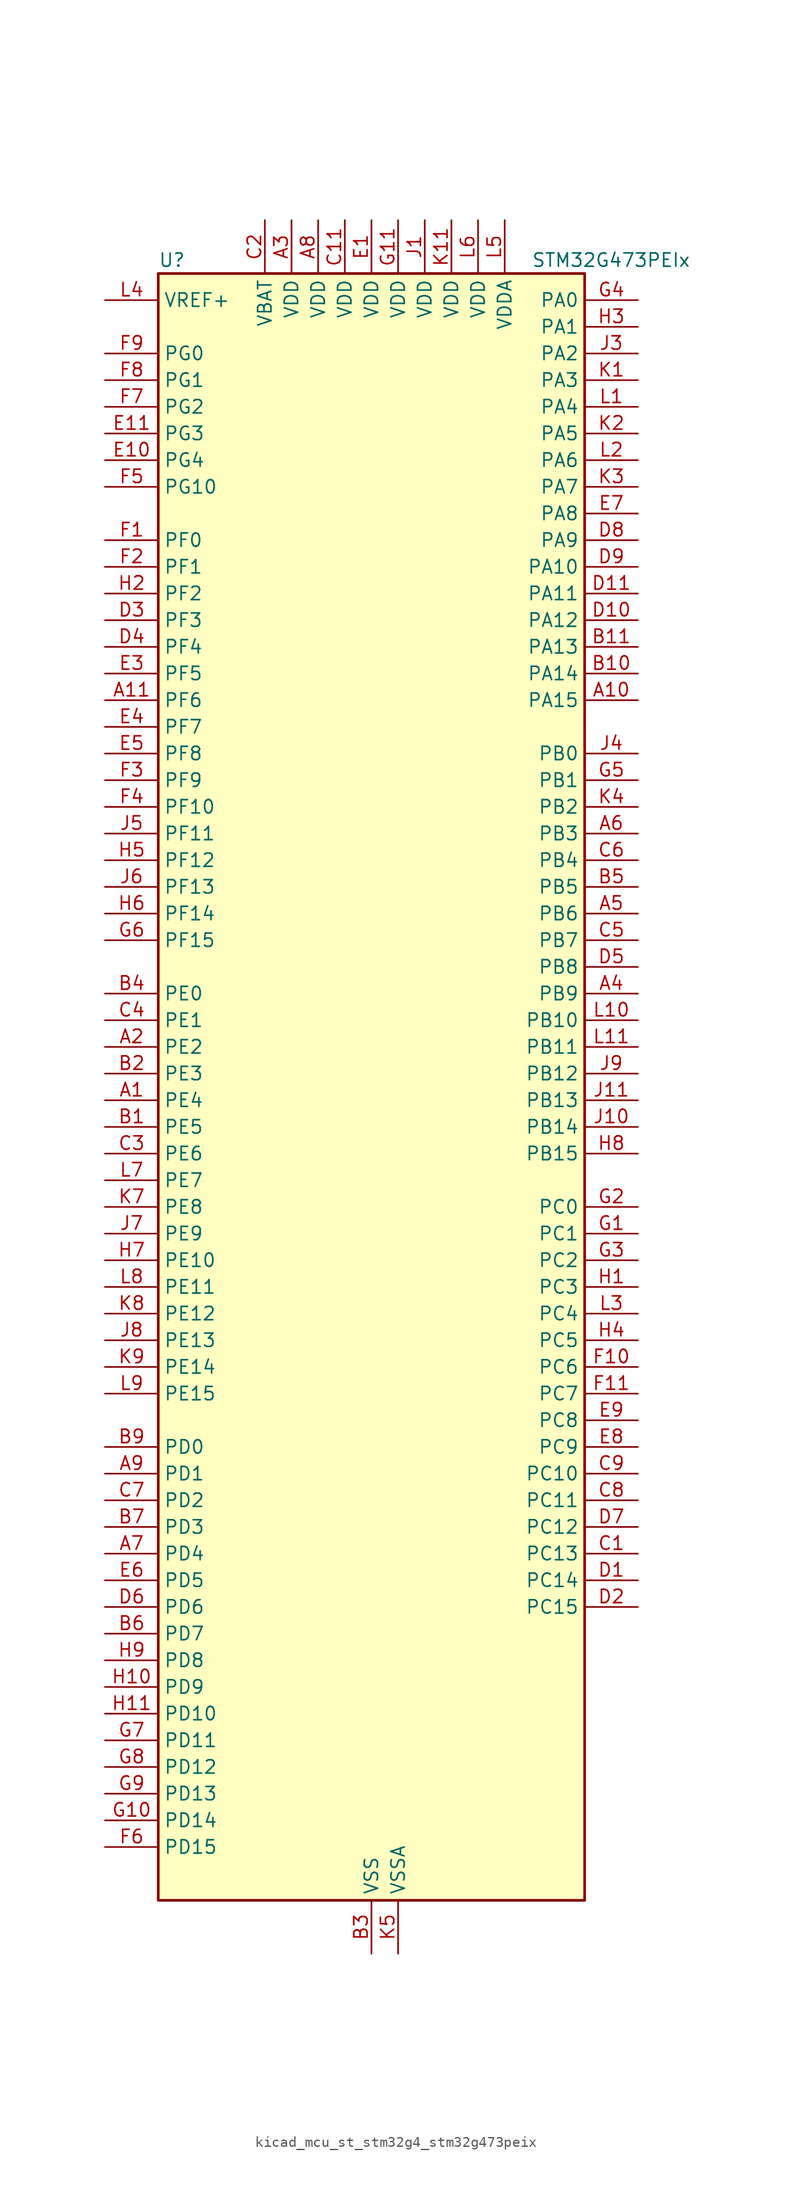
<source format=kicad_sym>
(kicad_symbol_lib
  (version 20220914)
  (generator kicad_symbol_editor)
  (symbol "kicad_mcu_st_stm32g4_stm32g473peix"
    (property "Reference" "U"
      (at -20.32 80.01 0)
      (effects (font (size 1.27 1.27)) (justify left)))
    (property "Value" "STM32G473PEIx"
      (at 15.24 80.01 0)
      (effects (font (size 1.27 1.27)) (justify left)))
    (property "ki_locked" ""
      (at 0 0 0)
      (effects (font (size 1.27 1.27))))
    (symbol "kicad_mcu_st_stm32g4_stm32g473peix_0_1"
      (rectangle (start -20.32 -76.2) (end 20.32 78.74) (stroke (width 0.254) (type default)) (fill (type background))))
    (symbol "kicad_mcu_st_stm32g4_stm32g473peix_1_1"
      (pin bidirectional line (at -25.4 0 0) (length 5.08) (name "PE4" (effects (font (size 1.27 1.27)))) (number "A1" (effects (font (size 1.27 1.27)))) (alternate "FMC_A20" bidirectional line) (alternate "SAI1_D2" bidirectional line) (alternate "SAI1_FS_A" bidirectional line) (alternate "SPI4_NSS" bidirectional line) (alternate "SYS_TRACED1" bidirectional line) (alternate "TIM20_CH1N" bidirectional line) (alternate "TIM3_CH3" bidirectional line))
      (pin bidirectional line (at 25.4 38.1 180) (length 5.08) (name "PA15" (effects (font (size 1.27 1.27)))) (number "A10" (effects (font (size 1.27 1.27)))) (alternate "ADC1_EXTI15" bidirectional line) (alternate "ADC2_EXTI15" bidirectional line) (alternate "FDCAN3_TX" bidirectional line) (alternate "I2C1_SCL" bidirectional line) (alternate "I2S3_WS" bidirectional line) (alternate "SPI1_NSS" bidirectional line) (alternate "SPI3_NSS" bidirectional line) (alternate "SYS_JTDI" bidirectional line) (alternate "TIM1_BKIN" bidirectional line) (alternate "TIM2_CH1" bidirectional line) (alternate "TIM2_ETR" bidirectional line) (alternate "TIM8_CH1" bidirectional line) (alternate "UART4_DE" bidirectional line) (alternate "UART4_RTS" bidirectional line) (alternate "USART2_RX" bidirectional line))
      (pin bidirectional line (at -25.4 38.1 0) (length 5.08) (name "PF6" (effects (font (size 1.27 1.27)))) (number "A11" (effects (font (size 1.27 1.27)))) (alternate "I2C2_SCL" bidirectional line) (alternate "QUADSPI1_BK1_IO3" bidirectional line) (alternate "SAI1_SD_B" bidirectional line) (alternate "TIM4_CH4" bidirectional line) (alternate "TIM5_CH1" bidirectional line) (alternate "TIM5_ETR" bidirectional line) (alternate "USART3_RTS" bidirectional line))
      (pin bidirectional line (at -25.4 5.08 0) (length 5.08) (name "PE2" (effects (font (size 1.27 1.27)))) (number "A2" (effects (font (size 1.27 1.27)))) (alternate "ADC3_EXTI2" bidirectional line) (alternate "ADC4_EXTI2" bidirectional line) (alternate "ADC5_EXTI2" bidirectional line) (alternate "FMC_A23" bidirectional line) (alternate "SAI1_CK1" bidirectional line) (alternate "SAI1_MCLK_A" bidirectional line) (alternate "SPI4_SCK" bidirectional line) (alternate "SYS_TRACECLK" bidirectional line) (alternate "TIM20_CH1" bidirectional line) (alternate "TIM3_CH1" bidirectional line))
      (pin power_in line (at -7.62 83.82 270) (length 5.08) (name "VDD" (effects (font (size 1.27 1.27)))) (number "A3" (effects (font (size 1.27 1.27)))))
      (pin bidirectional line (at 25.4 10.16 180) (length 5.08) (name "PB9" (effects (font (size 1.27 1.27)))) (number "A4" (effects (font (size 1.27 1.27)))) (alternate "COMP2_OUT" bidirectional line) (alternate "DAC1_EXTI9" bidirectional line) (alternate "DAC2_EXTI9" bidirectional line) (alternate "DAC3_EXTI9" bidirectional line) (alternate "DAC4_EXTI9" bidirectional line) (alternate "FDCAN1_TX" bidirectional line) (alternate "I2C1_SDA" bidirectional line) (alternate "IR_OUT" bidirectional line) (alternate "SAI1_D2" bidirectional line) (alternate "SAI1_FS_A" bidirectional line) (alternate "TIM17_CH1" bidirectional line) (alternate "TIM1_CH3N" bidirectional line) (alternate "TIM4_CH4" bidirectional line) (alternate "TIM8_CH3" bidirectional line) (alternate "USART3_TX" bidirectional line))
      (pin bidirectional line (at 25.4 17.78 180) (length 5.08) (name "PB6" (effects (font (size 1.27 1.27)))) (number "A5" (effects (font (size 1.27 1.27)))) (alternate "COMP4_OUT" bidirectional line) (alternate "FDCAN2_TX" bidirectional line) (alternate "LPTIM1_ETR" bidirectional line) (alternate "SAI1_FS_B" bidirectional line) (alternate "TIM16_CH1N" bidirectional line) (alternate "TIM4_CH1" bidirectional line) (alternate "TIM8_BKIN2" bidirectional line) (alternate "TIM8_CH1" bidirectional line) (alternate "TIM8_ETR" bidirectional line) (alternate "UCPD1_CC1" bidirectional line) (alternate "USART1_TX" bidirectional line))
      (pin bidirectional line (at 25.4 25.4 180) (length 5.08) (name "PB3" (effects (font (size 1.27 1.27)))) (number "A6" (effects (font (size 1.27 1.27)))) (alternate "ADC3_EXTI3" bidirectional line) (alternate "ADC4_EXTI3" bidirectional line) (alternate "ADC5_EXTI3" bidirectional line) (alternate "CRS_SYNC" bidirectional line) (alternate "FDCAN3_RX" bidirectional line) (alternate "I2S3_CK" bidirectional line) (alternate "SAI1_SCK_B" bidirectional line) (alternate "SPI1_SCK" bidirectional line) (alternate "SPI3_SCK" bidirectional line) (alternate "SYS_JTDO-SWO" bidirectional line) (alternate "TIM2_CH2" bidirectional line) (alternate "TIM3_ETR" bidirectional line) (alternate "TIM4_ETR" bidirectional line) (alternate "TIM8_CH1N" bidirectional line) (alternate "USART2_TX" bidirectional line))
      (pin bidirectional line (at -25.4 -43.18 0) (length 5.08) (name "PD4" (effects (font (size 1.27 1.27)))) (number "A7" (effects (font (size 1.27 1.27)))) (alternate "FMC_NOE" bidirectional line) (alternate "QUADSPI1_BK2_IO0" bidirectional line) (alternate "TIM2_CH2" bidirectional line) (alternate "USART2_DE" bidirectional line) (alternate "USART2_RTS" bidirectional line))
      (pin power_in line (at -5.08 83.82 270) (length 5.08) (name "VDD" (effects (font (size 1.27 1.27)))) (number "A8" (effects (font (size 1.27 1.27)))))
      (pin bidirectional line (at -25.4 -35.56 0) (length 5.08) (name "PD1" (effects (font (size 1.27 1.27)))) (number "A9" (effects (font (size 1.27 1.27)))) (alternate "FDCAN1_TX" bidirectional line) (alternate "FMC_D3" bidirectional line) (alternate "FMC_DA3" bidirectional line) (alternate "TIM8_BKIN2" bidirectional line) (alternate "TIM8_CH4" bidirectional line))
      (pin bidirectional line (at -25.4 -2.54 0) (length 5.08) (name "PE5" (effects (font (size 1.27 1.27)))) (number "B1" (effects (font (size 1.27 1.27)))) (alternate "FMC_A21" bidirectional line) (alternate "SAI1_CK2" bidirectional line) (alternate "SAI1_SCK_A" bidirectional line) (alternate "SPI4_MISO" bidirectional line) (alternate "SYS_TRACED2" bidirectional line) (alternate "TIM20_CH2N" bidirectional line) (alternate "TIM3_CH4" bidirectional line))
      (pin bidirectional line (at 25.4 40.64 180) (length 5.08) (name "PA14" (effects (font (size 1.27 1.27)))) (number "B10" (effects (font (size 1.27 1.27)))) (alternate "I2C1_SDA" bidirectional line) (alternate "I2C4_SMBA" bidirectional line) (alternate "LPTIM1_OUT" bidirectional line) (alternate "SAI1_FS_B" bidirectional line) (alternate "SYS_JTCK-SWCLK" bidirectional line) (alternate "TIM1_BKIN" bidirectional line) (alternate "TIM8_CH2" bidirectional line) (alternate "USART2_TX" bidirectional line))
      (pin bidirectional line (at 25.4 43.18 180) (length 5.08) (name "PA13" (effects (font (size 1.27 1.27)))) (number "B11" (effects (font (size 1.27 1.27)))) (alternate "I2C1_SCL" bidirectional line) (alternate "I2C4_SCL" bidirectional line) (alternate "IR_OUT" bidirectional line) (alternate "SAI1_SD_B" bidirectional line) (alternate "SYS_JTMS-SWDIO" bidirectional line) (alternate "TIM16_CH1N" bidirectional line) (alternate "TIM4_CH3" bidirectional line) (alternate "USART3_CTS" bidirectional line) (alternate "USART3_NSS" bidirectional line))
      (pin bidirectional line (at -25.4 2.54 0) (length 5.08) (name "PE3" (effects (font (size 1.27 1.27)))) (number "B2" (effects (font (size 1.27 1.27)))) (alternate "ADC3_EXTI3" bidirectional line) (alternate "ADC4_EXTI3" bidirectional line) (alternate "ADC5_EXTI3" bidirectional line) (alternate "FMC_A19" bidirectional line) (alternate "SAI1_SD_B" bidirectional line) (alternate "SPI4_NSS" bidirectional line) (alternate "SYS_TRACED0" bidirectional line) (alternate "TIM20_CH2" bidirectional line) (alternate "TIM3_CH2" bidirectional line))
      (pin power_in line (at 0 -81.28 90) (length 5.08) (name "VSS" (effects (font (size 1.27 1.27)))) (number "B3" (effects (font (size 1.27 1.27)))))
      (pin bidirectional line (at -25.4 10.16 0) (length 5.08) (name "PE0" (effects (font (size 1.27 1.27)))) (number "B4" (effects (font (size 1.27 1.27)))) (alternate "FMC_NBL0" bidirectional line) (alternate "TIM16_CH1" bidirectional line) (alternate "TIM20_CH4N" bidirectional line) (alternate "TIM20_ETR" bidirectional line) (alternate "TIM4_ETR" bidirectional line) (alternate "USART1_TX" bidirectional line))
      (pin bidirectional line (at 25.4 20.32 180) (length 5.08) (name "PB5" (effects (font (size 1.27 1.27)))) (number "B5" (effects (font (size 1.27 1.27)))) (alternate "FDCAN2_RX" bidirectional line) (alternate "I2C1_SMBA" bidirectional line) (alternate "I2C3_SDA" bidirectional line) (alternate "I2S3_SD" bidirectional line) (alternate "LPTIM1_IN1" bidirectional line) (alternate "SAI1_SD_B" bidirectional line) (alternate "SPI1_MOSI" bidirectional line) (alternate "SPI3_MOSI" bidirectional line) (alternate "TIM16_BKIN" bidirectional line) (alternate "TIM17_CH1" bidirectional line) (alternate "TIM3_CH2" bidirectional line) (alternate "TIM8_CH3N" bidirectional line) (alternate "UART5_CTS" bidirectional line) (alternate "USART2_CK" bidirectional line))
      (pin bidirectional line (at -25.4 -50.8 0) (length 5.08) (name "PD7" (effects (font (size 1.27 1.27)))) (number "B6" (effects (font (size 1.27 1.27)))) (alternate "FMC_NCE" bidirectional line) (alternate "FMC_NE1" bidirectional line) (alternate "QUADSPI1_BK2_IO3" bidirectional line) (alternate "TIM2_CH3" bidirectional line) (alternate "USART2_CK" bidirectional line))
      (pin bidirectional line (at -25.4 -40.64 0) (length 5.08) (name "PD3" (effects (font (size 1.27 1.27)))) (number "B7" (effects (font (size 1.27 1.27)))) (alternate "ADC3_EXTI3" bidirectional line) (alternate "ADC4_EXTI3" bidirectional line) (alternate "ADC5_EXTI3" bidirectional line) (alternate "FMC_CLK" bidirectional line) (alternate "QUADSPI1_BK2_NCS" bidirectional line) (alternate "TIM2_CH1" bidirectional line) (alternate "TIM2_ETR" bidirectional line) (alternate "USART2_CTS" bidirectional line) (alternate "USART2_NSS" bidirectional line))
      (pin passive line (at 0 -81.28 90) (length 5.08) hide (name "VSS" (effects (font (size 1.27 1.27)))) (number "B8" (effects (font (size 1.27 1.27)))))
      (pin bidirectional line (at -25.4 -33.02 0) (length 5.08) (name "PD0" (effects (font (size 1.27 1.27)))) (number "B9" (effects (font (size 1.27 1.27)))) (alternate "FDCAN1_RX" bidirectional line) (alternate "FMC_D2" bidirectional line) (alternate "FMC_DA2" bidirectional line) (alternate "TIM8_CH4N" bidirectional line))
      (pin bidirectional line (at 25.4 -43.18 180) (length 5.08) (name "PC13" (effects (font (size 1.27 1.27)))) (number "C1" (effects (font (size 1.27 1.27)))) (alternate "RTC_OUT1" bidirectional line) (alternate "RTC_TAMP1" bidirectional line) (alternate "RTC_TS" bidirectional line) (alternate "SYS_WKUP2" bidirectional line) (alternate "TIM1_BKIN" bidirectional line) (alternate "TIM1_CH1N" bidirectional line) (alternate "TIM8_CH4N" bidirectional line))
      (pin passive line (at 0 -81.28 90) (length 5.08) hide (name "VSS" (effects (font (size 1.27 1.27)))) (number "C10" (effects (font (size 1.27 1.27)))))
      (pin power_in line (at -2.54 83.82 270) (length 5.08) (name "VDD" (effects (font (size 1.27 1.27)))) (number "C11" (effects (font (size 1.27 1.27)))))
      (pin power_in line (at -10.16 83.82 270) (length 5.08) (name "VBAT" (effects (font (size 1.27 1.27)))) (number "C2" (effects (font (size 1.27 1.27)))))
      (pin bidirectional line (at -25.4 -5.08 0) (length 5.08) (name "PE6" (effects (font (size 1.27 1.27)))) (number "C3" (effects (font (size 1.27 1.27)))) (alternate "FMC_A22" bidirectional line) (alternate "RTC_TAMP3" bidirectional line) (alternate "SAI1_D1" bidirectional line) (alternate "SAI1_SD_A" bidirectional line) (alternate "SPI4_MOSI" bidirectional line) (alternate "SYS_TRACED3" bidirectional line) (alternate "SYS_WKUP3" bidirectional line) (alternate "TIM20_CH3N" bidirectional line))
      (pin bidirectional line (at -25.4 7.62 0) (length 5.08) (name "PE1" (effects (font (size 1.27 1.27)))) (number "C4" (effects (font (size 1.27 1.27)))) (alternate "FMC_NBL1" bidirectional line) (alternate "TIM17_CH1" bidirectional line) (alternate "TIM20_CH4" bidirectional line) (alternate "USART1_RX" bidirectional line))
      (pin bidirectional line (at 25.4 15.24 180) (length 5.08) (name "PB7" (effects (font (size 1.27 1.27)))) (number "C5" (effects (font (size 1.27 1.27)))) (alternate "COMP3_OUT" bidirectional line) (alternate "FMC_NL" bidirectional line) (alternate "I2C1_SDA" bidirectional line) (alternate "I2C4_SDA" bidirectional line) (alternate "LPTIM1_IN2" bidirectional line) (alternate "SYS_PVD_IN" bidirectional line) (alternate "TIM17_CH1N" bidirectional line) (alternate "TIM3_CH4" bidirectional line) (alternate "TIM4_CH2" bidirectional line) (alternate "TIM8_BKIN" bidirectional line) (alternate "UART4_CTS" bidirectional line) (alternate "USART1_RX" bidirectional line))
      (pin bidirectional line (at 25.4 22.86 180) (length 5.08) (name "PB4" (effects (font (size 1.27 1.27)))) (number "C6" (effects (font (size 1.27 1.27)))) (alternate "FDCAN3_TX" bidirectional line) (alternate "SAI1_MCLK_B" bidirectional line) (alternate "SPI1_MISO" bidirectional line) (alternate "SPI3_MISO" bidirectional line) (alternate "SYS_JTRST" bidirectional line) (alternate "TIM16_CH1" bidirectional line) (alternate "TIM17_BKIN" bidirectional line) (alternate "TIM3_CH1" bidirectional line) (alternate "TIM8_CH2N" bidirectional line) (alternate "UART5_DE" bidirectional line) (alternate "UART5_RTS" bidirectional line) (alternate "UCPD1_CC2" bidirectional line) (alternate "USART2_RX" bidirectional line))
      (pin bidirectional line (at -25.4 -38.1 0) (length 5.08) (name "PD2" (effects (font (size 1.27 1.27)))) (number "C7" (effects (font (size 1.27 1.27)))) (alternate "ADC3_EXTI2" bidirectional line) (alternate "ADC4_EXTI2" bidirectional line) (alternate "ADC5_EXTI2" bidirectional line) (alternate "TIM3_ETR" bidirectional line) (alternate "TIM8_BKIN" bidirectional line) (alternate "UART5_RX" bidirectional line))
      (pin bidirectional line (at 25.4 -38.1 180) (length 5.08) (name "PC11" (effects (font (size 1.27 1.27)))) (number "C8" (effects (font (size 1.27 1.27)))) (alternate "ADC1_EXTI11" bidirectional line) (alternate "ADC2_EXTI11" bidirectional line) (alternate "I2C3_SDA" bidirectional line) (alternate "SPI3_MISO" bidirectional line) (alternate "TIM8_CH2N" bidirectional line) (alternate "UART4_RX" bidirectional line) (alternate "USART3_RX" bidirectional line))
      (pin bidirectional line (at 25.4 -35.56 180) (length 5.08) (name "PC10" (effects (font (size 1.27 1.27)))) (number "C9" (effects (font (size 1.27 1.27)))) (alternate "DAC1_EXTI10" bidirectional line) (alternate "DAC2_EXTI10" bidirectional line) (alternate "DAC3_EXTI10" bidirectional line) (alternate "DAC4_EXTI10" bidirectional line) (alternate "I2S3_CK" bidirectional line) (alternate "SPI3_SCK" bidirectional line) (alternate "TIM8_CH1N" bidirectional line) (alternate "UART4_TX" bidirectional line) (alternate "USART3_TX" bidirectional line))
      (pin bidirectional line (at 25.4 -45.72 180) (length 5.08) (name "PC14" (effects (font (size 1.27 1.27)))) (number "D1" (effects (font (size 1.27 1.27)))) (alternate "RCC_OSC32_IN" bidirectional line))
      (pin bidirectional line (at 25.4 45.72 180) (length 5.08) (name "PA12" (effects (font (size 1.27 1.27)))) (number "D10" (effects (font (size 1.27 1.27)))) (alternate "COMP2_OUT" bidirectional line) (alternate "FDCAN1_TX" bidirectional line) (alternate "I2S_CKIN" bidirectional line) (alternate "TIM16_CH1" bidirectional line) (alternate "TIM1_CH2N" bidirectional line) (alternate "TIM1_ETR" bidirectional line) (alternate "TIM4_CH2" bidirectional line) (alternate "USART1_DE" bidirectional line) (alternate "USART1_RTS" bidirectional line) (alternate "USB_DP" bidirectional line))
      (pin bidirectional line (at 25.4 48.26 180) (length 5.08) (name "PA11" (effects (font (size 1.27 1.27)))) (number "D11" (effects (font (size 1.27 1.27)))) (alternate "ADC1_EXTI11" bidirectional line) (alternate "ADC2_EXTI11" bidirectional line) (alternate "COMP1_OUT" bidirectional line) (alternate "FDCAN1_RX" bidirectional line) (alternate "I2S2_SD" bidirectional line) (alternate "SPI2_MOSI" bidirectional line) (alternate "TIM1_BKIN2" bidirectional line) (alternate "TIM1_CH1N" bidirectional line) (alternate "TIM1_CH4" bidirectional line) (alternate "TIM4_CH1" bidirectional line) (alternate "USART1_CTS" bidirectional line) (alternate "USART1_NSS" bidirectional line) (alternate "USB_DM" bidirectional line))
      (pin bidirectional line (at 25.4 -48.26 180) (length 5.08) (name "PC15" (effects (font (size 1.27 1.27)))) (number "D2" (effects (font (size 1.27 1.27)))) (alternate "ADC1_EXTI15" bidirectional line) (alternate "ADC2_EXTI15" bidirectional line) (alternate "RCC_OSC32_OUT" bidirectional line))
      (pin bidirectional line (at -25.4 45.72 0) (length 5.08) (name "PF3" (effects (font (size 1.27 1.27)))) (number "D3" (effects (font (size 1.27 1.27)))) (alternate "ADC3_EXTI3" bidirectional line) (alternate "ADC4_EXTI3" bidirectional line) (alternate "ADC5_EXTI3" bidirectional line) (alternate "FMC_A3" bidirectional line) (alternate "I2C3_SCL" bidirectional line) (alternate "TIM20_CH4" bidirectional line))
      (pin bidirectional line (at -25.4 43.18 0) (length 5.08) (name "PF4" (effects (font (size 1.27 1.27)))) (number "D4" (effects (font (size 1.27 1.27)))) (alternate "COMP1_OUT" bidirectional line) (alternate "FMC_A4" bidirectional line) (alternate "I2C3_SDA" bidirectional line) (alternate "TIM20_CH1N" bidirectional line))
      (pin bidirectional line (at 25.4 12.7 180) (length 5.08) (name "PB8" (effects (font (size 1.27 1.27)))) (number "D5" (effects (font (size 1.27 1.27)))) (alternate "COMP1_OUT" bidirectional line) (alternate "FDCAN1_RX" bidirectional line) (alternate "I2C1_SCL" bidirectional line) (alternate "SAI1_CK1" bidirectional line) (alternate "SAI1_MCLK_A" bidirectional line) (alternate "TIM16_CH1" bidirectional line) (alternate "TIM1_BKIN" bidirectional line) (alternate "TIM4_CH3" bidirectional line) (alternate "TIM8_CH2" bidirectional line) (alternate "USART3_RX" bidirectional line))
      (pin bidirectional line (at -25.4 -48.26 0) (length 5.08) (name "PD6" (effects (font (size 1.27 1.27)))) (number "D6" (effects (font (size 1.27 1.27)))) (alternate "FMC_NWAIT" bidirectional line) (alternate "QUADSPI1_BK2_IO2" bidirectional line) (alternate "SAI1_D1" bidirectional line) (alternate "SAI1_SD_A" bidirectional line) (alternate "TIM2_CH4" bidirectional line) (alternate "USART2_RX" bidirectional line))
      (pin bidirectional line (at 25.4 -40.64 180) (length 5.08) (name "PC12" (effects (font (size 1.27 1.27)))) (number "D7" (effects (font (size 1.27 1.27)))) (alternate "I2S3_SD" bidirectional line) (alternate "SPI3_MOSI" bidirectional line) (alternate "TIM5_CH2" bidirectional line) (alternate "TIM8_CH3N" bidirectional line) (alternate "UART5_TX" bidirectional line) (alternate "UCPD1_FRSTX1" bidirectional line) (alternate "UCPD1_FRSTX2" bidirectional line) (alternate "USART3_CK" bidirectional line))
      (pin bidirectional line (at 25.4 53.34 180) (length 5.08) (name "PA9" (effects (font (size 1.27 1.27)))) (number "D8" (effects (font (size 1.27 1.27)))) (alternate "ADC5_IN2" bidirectional line) (alternate "COMP5_OUT" bidirectional line) (alternate "DAC1_EXTI9" bidirectional line) (alternate "DAC2_EXTI9" bidirectional line) (alternate "DAC3_EXTI9" bidirectional line) (alternate "DAC4_EXTI9" bidirectional line) (alternate "I2C2_SCL" bidirectional line) (alternate "I2C3_SMBA" bidirectional line) (alternate "I2S3_MCK" bidirectional line) (alternate "SAI1_FS_A" bidirectional line) (alternate "TIM15_BKIN" bidirectional line) (alternate "TIM1_CH2" bidirectional line) (alternate "TIM2_CH3" bidirectional line) (alternate "UCPD1_DBCC1" bidirectional line) (alternate "USART1_TX" bidirectional line))
      (pin bidirectional line (at 25.4 50.8 180) (length 5.08) (name "PA10" (effects (font (size 1.27 1.27)))) (number "D9" (effects (font (size 1.27 1.27)))) (alternate "COMP6_OUT" bidirectional line) (alternate "CRS_SYNC" bidirectional line) (alternate "DAC1_EXTI10" bidirectional line) (alternate "DAC2_EXTI10" bidirectional line) (alternate "DAC3_EXTI10" bidirectional line) (alternate "DAC4_EXTI10" bidirectional line) (alternate "I2C2_SMBA" bidirectional line) (alternate "SAI1_D1" bidirectional line) (alternate "SAI1_SD_A" bidirectional line) (alternate "SPI2_MISO" bidirectional line) (alternate "TIM17_BKIN" bidirectional line) (alternate "TIM1_CH3" bidirectional line) (alternate "TIM2_CH4" bidirectional line) (alternate "TIM8_BKIN" bidirectional line) (alternate "UCPD1_DBCC2" bidirectional line) (alternate "USART1_RX" bidirectional line))
      (pin power_in line (at 0 83.82 270) (length 5.08) (name "VDD" (effects (font (size 1.27 1.27)))) (number "E1" (effects (font (size 1.27 1.27)))))
      (pin bidirectional line (at -25.4 60.96 0) (length 5.08) (name "PG4" (effects (font (size 1.27 1.27)))) (number "E10" (effects (font (size 1.27 1.27)))) (alternate "FMC_A14" bidirectional line) (alternate "I2C4_SDA" bidirectional line) (alternate "SPI1_MOSI" bidirectional line) (alternate "TIM20_BKIN2" bidirectional line))
      (pin bidirectional line (at -25.4 63.5 0) (length 5.08) (name "PG3" (effects (font (size 1.27 1.27)))) (number "E11" (effects (font (size 1.27 1.27)))) (alternate "ADC3_EXTI3" bidirectional line) (alternate "ADC4_EXTI3" bidirectional line) (alternate "ADC5_EXTI3" bidirectional line) (alternate "FMC_A13" bidirectional line) (alternate "I2C4_SCL" bidirectional line) (alternate "SPI1_MISO" bidirectional line) (alternate "TIM20_BKIN" bidirectional line) (alternate "TIM20_CH4N" bidirectional line))
      (pin passive line (at 0 -81.28 90) (length 5.08) hide (name "VSS" (effects (font (size 1.27 1.27)))) (number "E2" (effects (font (size 1.27 1.27)))))
      (pin bidirectional line (at -25.4 40.64 0) (length 5.08) (name "PF5" (effects (font (size 1.27 1.27)))) (number "E3" (effects (font (size 1.27 1.27)))) (alternate "FMC_A5" bidirectional line) (alternate "TIM20_CH2N" bidirectional line))
      (pin bidirectional line (at -25.4 35.56 0) (length 5.08) (name "PF7" (effects (font (size 1.27 1.27)))) (number "E4" (effects (font (size 1.27 1.27)))) (alternate "FMC_A1" bidirectional line) (alternate "QUADSPI1_BK1_IO2" bidirectional line) (alternate "SAI1_MCLK_B" bidirectional line) (alternate "TIM20_BKIN" bidirectional line) (alternate "TIM5_CH2" bidirectional line))
      (pin bidirectional line (at -25.4 33.02 0) (length 5.08) (name "PF8" (effects (font (size 1.27 1.27)))) (number "E5" (effects (font (size 1.27 1.27)))) (alternate "FMC_A24" bidirectional line) (alternate "QUADSPI1_BK1_IO0" bidirectional line) (alternate "SAI1_SCK_B" bidirectional line) (alternate "TIM20_BKIN2" bidirectional line) (alternate "TIM5_CH3" bidirectional line))
      (pin bidirectional line (at -25.4 -45.72 0) (length 5.08) (name "PD5" (effects (font (size 1.27 1.27)))) (number "E6" (effects (font (size 1.27 1.27)))) (alternate "FMC_NWE" bidirectional line) (alternate "QUADSPI1_BK2_IO1" bidirectional line) (alternate "USART2_TX" bidirectional line))
      (pin bidirectional line (at 25.4 55.88 180) (length 5.08) (name "PA8" (effects (font (size 1.27 1.27)))) (number "E7" (effects (font (size 1.27 1.27)))) (alternate "ADC5_IN1" bidirectional line) (alternate "COMP7_OUT" bidirectional line) (alternate "FDCAN3_RX" bidirectional line) (alternate "I2C2_SDA" bidirectional line) (alternate "I2C3_SCL" bidirectional line) (alternate "I2S2_MCK" bidirectional line) (alternate "OPAMP5_VOUT" bidirectional line) (alternate "RCC_MCO" bidirectional line) (alternate "SAI1_CK2" bidirectional line) (alternate "SAI1_SCK_A" bidirectional line) (alternate "TIM1_CH1" bidirectional line) (alternate "TIM4_ETR" bidirectional line) (alternate "USART1_CK" bidirectional line))
      (pin bidirectional line (at 25.4 -33.02 180) (length 5.08) (name "PC9" (effects (font (size 1.27 1.27)))) (number "E8" (effects (font (size 1.27 1.27)))) (alternate "DAC1_EXTI9" bidirectional line) (alternate "DAC2_EXTI9" bidirectional line) (alternate "DAC3_EXTI9" bidirectional line) (alternate "DAC4_EXTI9" bidirectional line) (alternate "I2C3_SDA" bidirectional line) (alternate "I2S_CKIN" bidirectional line) (alternate "TIM3_CH4" bidirectional line) (alternate "TIM8_BKIN2" bidirectional line) (alternate "TIM8_CH4" bidirectional line))
      (pin bidirectional line (at 25.4 -30.48 180) (length 5.08) (name "PC8" (effects (font (size 1.27 1.27)))) (number "E9" (effects (font (size 1.27 1.27)))) (alternate "COMP7_OUT" bidirectional line) (alternate "I2C3_SCL" bidirectional line) (alternate "TIM20_CH3" bidirectional line) (alternate "TIM3_CH3" bidirectional line) (alternate "TIM8_CH3" bidirectional line))
      (pin bidirectional line (at -25.4 53.34 0) (length 5.08) (name "PF0" (effects (font (size 1.27 1.27)))) (number "F1" (effects (font (size 1.27 1.27)))) (alternate "ADC1_IN10" bidirectional line) (alternate "I2C2_SDA" bidirectional line) (alternate "I2S2_WS" bidirectional line) (alternate "RCC_OSC_IN" bidirectional line) (alternate "SPI2_NSS" bidirectional line) (alternate "TIM1_CH3N" bidirectional line))
      (pin bidirectional line (at 25.4 -25.4 180) (length 5.08) (name "PC6" (effects (font (size 1.27 1.27)))) (number "F10" (effects (font (size 1.27 1.27)))) (alternate "COMP6_OUT" bidirectional line) (alternate "I2C4_SCL" bidirectional line) (alternate "I2S2_MCK" bidirectional line) (alternate "TIM3_CH1" bidirectional line) (alternate "TIM8_CH1" bidirectional line))
      (pin bidirectional line (at 25.4 -27.94 180) (length 5.08) (name "PC7" (effects (font (size 1.27 1.27)))) (number "F11" (effects (font (size 1.27 1.27)))) (alternate "COMP5_OUT" bidirectional line) (alternate "I2C4_SDA" bidirectional line) (alternate "I2S3_MCK" bidirectional line) (alternate "TIM3_CH2" bidirectional line) (alternate "TIM8_CH2" bidirectional line))
      (pin bidirectional line (at -25.4 50.8 0) (length 5.08) (name "PF1" (effects (font (size 1.27 1.27)))) (number "F2" (effects (font (size 1.27 1.27)))) (alternate "ADC2_IN10" bidirectional line) (alternate "COMP3_INM" bidirectional line) (alternate "I2S2_CK" bidirectional line) (alternate "RCC_OSC_OUT" bidirectional line) (alternate "SPI2_SCK" bidirectional line))
      (pin bidirectional line (at -25.4 30.48 0) (length 5.08) (name "PF9" (effects (font (size 1.27 1.27)))) (number "F3" (effects (font (size 1.27 1.27)))) (alternate "DAC1_EXTI9" bidirectional line) (alternate "DAC2_EXTI9" bidirectional line) (alternate "DAC3_EXTI9" bidirectional line) (alternate "DAC4_EXTI9" bidirectional line) (alternate "FMC_A25" bidirectional line) (alternate "QUADSPI1_BK1_IO1" bidirectional line) (alternate "SAI1_FS_B" bidirectional line) (alternate "SPI2_SCK" bidirectional line) (alternate "TIM15_CH1" bidirectional line) (alternate "TIM20_BKIN" bidirectional line) (alternate "TIM5_CH4" bidirectional line))
      (pin bidirectional line (at -25.4 27.94 0) (length 5.08) (name "PF10" (effects (font (size 1.27 1.27)))) (number "F4" (effects (font (size 1.27 1.27)))) (alternate "DAC1_EXTI10" bidirectional line) (alternate "DAC2_EXTI10" bidirectional line) (alternate "DAC3_EXTI10" bidirectional line) (alternate "DAC4_EXTI10" bidirectional line) (alternate "FMC_A0" bidirectional line) (alternate "QUADSPI1_CLK" bidirectional line) (alternate "SAI1_D3" bidirectional line) (alternate "SPI2_SCK" bidirectional line) (alternate "TIM15_CH2" bidirectional line) (alternate "TIM20_BKIN2" bidirectional line))
      (pin bidirectional line (at -25.4 58.42 0) (length 5.08) (name "PG10" (effects (font (size 1.27 1.27)))) (number "F5" (effects (font (size 1.27 1.27)))) (alternate "DAC1_EXTI10" bidirectional line) (alternate "DAC2_EXTI10" bidirectional line) (alternate "DAC3_EXTI10" bidirectional line) (alternate "DAC4_EXTI10" bidirectional line) (alternate "RCC_MCO" bidirectional line))
      (pin bidirectional line (at -25.4 -71.12 0) (length 5.08) (name "PD15" (effects (font (size 1.27 1.27)))) (number "F6" (effects (font (size 1.27 1.27)))) (alternate "ADC1_EXTI15" bidirectional line) (alternate "ADC2_EXTI15" bidirectional line) (alternate "COMP7_INM" bidirectional line) (alternate "FMC_D1" bidirectional line) (alternate "FMC_DA1" bidirectional line) (alternate "SPI2_NSS" bidirectional line) (alternate "TIM4_CH4" bidirectional line))
      (pin bidirectional line (at -25.4 66.04 0) (length 5.08) (name "PG2" (effects (font (size 1.27 1.27)))) (number "F7" (effects (font (size 1.27 1.27)))) (alternate "ADC3_EXTI2" bidirectional line) (alternate "ADC4_EXTI2" bidirectional line) (alternate "ADC5_EXTI2" bidirectional line) (alternate "FMC_A12" bidirectional line) (alternate "SPI1_SCK" bidirectional line) (alternate "TIM20_CH3N" bidirectional line))
      (pin bidirectional line (at -25.4 68.58 0) (length 5.08) (name "PG1" (effects (font (size 1.27 1.27)))) (number "F8" (effects (font (size 1.27 1.27)))) (alternate "FMC_A11" bidirectional line) (alternate "TIM20_CH2N" bidirectional line))
      (pin bidirectional line (at -25.4 71.12 0) (length 5.08) (name "PG0" (effects (font (size 1.27 1.27)))) (number "F9" (effects (font (size 1.27 1.27)))) (alternate "FMC_A10" bidirectional line) (alternate "TIM20_CH1N" bidirectional line))
      (pin bidirectional line (at 25.4 -12.7 180) (length 5.08) (name "PC1" (effects (font (size 1.27 1.27)))) (number "G1" (effects (font (size 1.27 1.27)))) (alternate "ADC1_IN7" bidirectional line) (alternate "ADC2_IN7" bidirectional line) (alternate "COMP3_INP" bidirectional line) (alternate "LPTIM1_OUT" bidirectional line) (alternate "LPUART1_TX" bidirectional line) (alternate "QUADSPI1_BK2_IO0" bidirectional line) (alternate "SAI1_SD_A" bidirectional line) (alternate "TIM1_CH2" bidirectional line))
      (pin bidirectional line (at -25.4 -68.58 0) (length 5.08) (name "PD14" (effects (font (size 1.27 1.27)))) (number "G10" (effects (font (size 1.27 1.27)))) (alternate "ADC3_IN11" bidirectional line) (alternate "ADC4_IN11" bidirectional line) (alternate "ADC5_IN11" bidirectional line) (alternate "COMP7_INP" bidirectional line) (alternate "FMC_D0" bidirectional line) (alternate "FMC_DA0" bidirectional line) (alternate "OPAMP2_VINP" bidirectional line) (alternate "OPAMP2_VINP_SEC" bidirectional line) (alternate "TIM4_CH3" bidirectional line))
      (pin power_in line (at 2.54 83.82 270) (length 5.08) (name "VDD" (effects (font (size 1.27 1.27)))) (number "G11" (effects (font (size 1.27 1.27)))))
      (pin bidirectional line (at 25.4 -10.16 180) (length 5.08) (name "PC0" (effects (font (size 1.27 1.27)))) (number "G2" (effects (font (size 1.27 1.27)))) (alternate "ADC1_IN6" bidirectional line) (alternate "ADC2_IN6" bidirectional line) (alternate "COMP3_INM" bidirectional line) (alternate "LPTIM1_IN1" bidirectional line) (alternate "LPUART1_RX" bidirectional line) (alternate "TIM1_CH1" bidirectional line))
      (pin bidirectional line (at 25.4 -15.24 180) (length 5.08) (name "PC2" (effects (font (size 1.27 1.27)))) (number "G3" (effects (font (size 1.27 1.27)))) (alternate "ADC1_IN8" bidirectional line) (alternate "ADC2_IN8" bidirectional line) (alternate "ADC3_EXTI2" bidirectional line) (alternate "ADC4_EXTI2" bidirectional line) (alternate "ADC5_EXTI2" bidirectional line) (alternate "COMP3_OUT" bidirectional line) (alternate "LPTIM1_IN2" bidirectional line) (alternate "QUADSPI1_BK2_IO1" bidirectional line) (alternate "TIM1_CH3" bidirectional line) (alternate "TIM20_CH2" bidirectional line))
      (pin bidirectional line (at 25.4 76.2 180) (length 5.08) (name "PA0" (effects (font (size 1.27 1.27)))) (number "G4" (effects (font (size 1.27 1.27)))) (alternate "ADC1_IN1" bidirectional line) (alternate "ADC2_IN1" bidirectional line) (alternate "COMP1_INM" bidirectional line) (alternate "COMP1_OUT" bidirectional line) (alternate "COMP3_INP" bidirectional line) (alternate "RTC_TAMP2" bidirectional line) (alternate "SYS_WKUP1" bidirectional line) (alternate "TIM2_CH1" bidirectional line) (alternate "TIM2_ETR" bidirectional line) (alternate "TIM5_CH1" bidirectional line) (alternate "TIM8_BKIN" bidirectional line) (alternate "TIM8_ETR" bidirectional line) (alternate "USART2_CTS" bidirectional line) (alternate "USART2_NSS" bidirectional line))
      (pin bidirectional line (at 25.4 30.48 180) (length 5.08) (name "PB1" (effects (font (size 1.27 1.27)))) (number "G5" (effects (font (size 1.27 1.27)))) (alternate "ADC1_IN12" bidirectional line) (alternate "ADC3_IN1" bidirectional line) (alternate "COMP1_INP" bidirectional line) (alternate "COMP4_OUT" bidirectional line) (alternate "LPUART1_DE" bidirectional line) (alternate "LPUART1_RTS" bidirectional line) (alternate "OPAMP3_VOUT" bidirectional line) (alternate "OPAMP6_VINM" bidirectional line) (alternate "OPAMP6_VINM1" bidirectional line) (alternate "OPAMP6_VINM_SEC" bidirectional line) (alternate "QUADSPI1_BK1_IO0" bidirectional line) (alternate "TIM1_CH3N" bidirectional line) (alternate "TIM3_CH4" bidirectional line) (alternate "TIM8_CH3N" bidirectional line))
      (pin bidirectional line (at -25.4 15.24 0) (length 5.08) (name "PF15" (effects (font (size 1.27 1.27)))) (number "G6" (effects (font (size 1.27 1.27)))) (alternate "ADC1_EXTI15" bidirectional line) (alternate "ADC2_EXTI15" bidirectional line) (alternate "FMC_A9" bidirectional line) (alternate "I2C4_SDA" bidirectional line) (alternate "TIM20_CH4" bidirectional line))
      (pin bidirectional line (at -25.4 -60.96 0) (length 5.08) (name "PD11" (effects (font (size 1.27 1.27)))) (number "G7" (effects (font (size 1.27 1.27)))) (alternate "ADC1_EXTI11" bidirectional line) (alternate "ADC2_EXTI11" bidirectional line) (alternate "ADC3_IN8" bidirectional line) (alternate "ADC4_IN8" bidirectional line) (alternate "ADC5_IN8" bidirectional line) (alternate "COMP6_INP" bidirectional line) (alternate "FMC_A16" bidirectional line) (alternate "FMC_CLE" bidirectional line) (alternate "I2C4_SMBA" bidirectional line) (alternate "OPAMP4_VINP" bidirectional line) (alternate "OPAMP4_VINP_SEC" bidirectional line) (alternate "TIM5_ETR" bidirectional line) (alternate "USART3_CTS" bidirectional line) (alternate "USART3_NSS" bidirectional line))
      (pin bidirectional line (at -25.4 -63.5 0) (length 5.08) (name "PD12" (effects (font (size 1.27 1.27)))) (number "G8" (effects (font (size 1.27 1.27)))) (alternate "ADC3_IN9" bidirectional line) (alternate "ADC4_IN9" bidirectional line) (alternate "ADC5_IN9" bidirectional line) (alternate "COMP5_INP" bidirectional line) (alternate "FMC_A17" bidirectional line) (alternate "FMC_ALE" bidirectional line) (alternate "OPAMP5_VINP" bidirectional line) (alternate "OPAMP5_VINP_SEC" bidirectional line) (alternate "TIM4_CH1" bidirectional line) (alternate "USART3_DE" bidirectional line) (alternate "USART3_RTS" bidirectional line))
      (pin bidirectional line (at -25.4 -66.04 0) (length 5.08) (name "PD13" (effects (font (size 1.27 1.27)))) (number "G9" (effects (font (size 1.27 1.27)))) (alternate "ADC3_IN10" bidirectional line) (alternate "ADC4_IN10" bidirectional line) (alternate "ADC5_IN10" bidirectional line) (alternate "COMP5_INM" bidirectional line) (alternate "FMC_A18" bidirectional line) (alternate "TIM4_CH2" bidirectional line))
      (pin bidirectional line (at 25.4 -17.78 180) (length 5.08) (name "PC3" (effects (font (size 1.27 1.27)))) (number "H1" (effects (font (size 1.27 1.27)))) (alternate "ADC1_IN9" bidirectional line) (alternate "ADC2_IN9" bidirectional line) (alternate "ADC3_EXTI3" bidirectional line) (alternate "ADC4_EXTI3" bidirectional line) (alternate "ADC5_EXTI3" bidirectional line) (alternate "LPTIM1_ETR" bidirectional line) (alternate "OPAMP5_VINP" bidirectional line) (alternate "OPAMP5_VINP_SEC" bidirectional line) (alternate "QUADSPI1_BK2_IO2" bidirectional line) (alternate "SAI1_D1" bidirectional line) (alternate "SAI1_SD_A" bidirectional line) (alternate "TIM1_BKIN2" bidirectional line) (alternate "TIM1_CH4" bidirectional line))
      (pin bidirectional line (at -25.4 -55.88 0) (length 5.08) (name "PD9" (effects (font (size 1.27 1.27)))) (number "H10" (effects (font (size 1.27 1.27)))) (alternate "ADC4_IN13" bidirectional line) (alternate "ADC5_IN13" bidirectional line) (alternate "DAC1_EXTI9" bidirectional line) (alternate "DAC2_EXTI9" bidirectional line) (alternate "DAC3_EXTI9" bidirectional line) (alternate "DAC4_EXTI9" bidirectional line) (alternate "FMC_D14" bidirectional line) (alternate "FMC_DA14" bidirectional line) (alternate "OPAMP6_VINP" bidirectional line) (alternate "OPAMP6_VINP_SEC" bidirectional line) (alternate "USART3_RX" bidirectional line))
      (pin bidirectional line (at -25.4 -58.42 0) (length 5.08) (name "PD10" (effects (font (size 1.27 1.27)))) (number "H11" (effects (font (size 1.27 1.27)))) (alternate "ADC3_IN7" bidirectional line) (alternate "ADC4_IN7" bidirectional line) (alternate "ADC5_IN7" bidirectional line) (alternate "COMP6_INM" bidirectional line) (alternate "DAC1_EXTI10" bidirectional line) (alternate "DAC2_EXTI10" bidirectional line) (alternate "DAC3_EXTI10" bidirectional line) (alternate "DAC4_EXTI10" bidirectional line) (alternate "FMC_D15" bidirectional line) (alternate "FMC_DA15" bidirectional line) (alternate "USART3_CK" bidirectional line))
      (pin bidirectional line (at -25.4 48.26 0) (length 5.08) (name "PF2" (effects (font (size 1.27 1.27)))) (number "H2" (effects (font (size 1.27 1.27)))) (alternate "ADC3_EXTI2" bidirectional line) (alternate "ADC4_EXTI2" bidirectional line) (alternate "ADC5_EXTI2" bidirectional line) (alternate "FMC_A2" bidirectional line) (alternate "I2C2_SMBA" bidirectional line) (alternate "TIM20_CH3" bidirectional line))
      (pin bidirectional line (at 25.4 73.66 180) (length 5.08) (name "PA1" (effects (font (size 1.27 1.27)))) (number "H3" (effects (font (size 1.27 1.27)))) (alternate "ADC1_IN2" bidirectional line) (alternate "ADC2_IN2" bidirectional line) (alternate "COMP1_INP" bidirectional line) (alternate "OPAMP1_VINP" bidirectional line) (alternate "OPAMP1_VINP_SEC" bidirectional line) (alternate "OPAMP3_VINP" bidirectional line) (alternate "OPAMP3_VINP_SEC" bidirectional line) (alternate "OPAMP6_VINM" bidirectional line) (alternate "OPAMP6_VINM0" bidirectional line) (alternate "OPAMP6_VINM_SEC" bidirectional line) (alternate "RTC_REFIN" bidirectional line) (alternate "TIM15_CH1N" bidirectional line) (alternate "TIM2_CH2" bidirectional line) (alternate "TIM5_CH2" bidirectional line) (alternate "USART2_DE" bidirectional line) (alternate "USART2_RTS" bidirectional line))
      (pin bidirectional line (at 25.4 -22.86 180) (length 5.08) (name "PC5" (effects (font (size 1.27 1.27)))) (number "H4" (effects (font (size 1.27 1.27)))) (alternate "ADC2_IN11" bidirectional line) (alternate "OPAMP1_VINM" bidirectional line) (alternate "OPAMP1_VINM1" bidirectional line) (alternate "OPAMP1_VINM_SEC" bidirectional line) (alternate "OPAMP2_VINM" bidirectional line) (alternate "OPAMP2_VINM1" bidirectional line) (alternate "OPAMP2_VINM_SEC" bidirectional line) (alternate "SAI1_D3" bidirectional line) (alternate "SYS_WKUP5" bidirectional line) (alternate "TIM15_BKIN" bidirectional line) (alternate "TIM1_CH4N" bidirectional line) (alternate "USART1_RX" bidirectional line))
      (pin bidirectional line (at -25.4 22.86 0) (length 5.08) (name "PF12" (effects (font (size 1.27 1.27)))) (number "H5" (effects (font (size 1.27 1.27)))) (alternate "FMC_A6" bidirectional line) (alternate "TIM20_CH1" bidirectional line))
      (pin bidirectional line (at -25.4 17.78 0) (length 5.08) (name "PF14" (effects (font (size 1.27 1.27)))) (number "H6" (effects (font (size 1.27 1.27)))) (alternate "FMC_A8" bidirectional line) (alternate "I2C4_SCL" bidirectional line) (alternate "TIM20_CH3" bidirectional line))
      (pin bidirectional line (at -25.4 -15.24 0) (length 5.08) (name "PE10" (effects (font (size 1.27 1.27)))) (number "H7" (effects (font (size 1.27 1.27)))) (alternate "ADC3_IN14" bidirectional line) (alternate "ADC4_IN14" bidirectional line) (alternate "ADC5_IN14" bidirectional line) (alternate "DAC1_EXTI10" bidirectional line) (alternate "DAC2_EXTI10" bidirectional line) (alternate "DAC3_EXTI10" bidirectional line) (alternate "DAC4_EXTI10" bidirectional line) (alternate "FMC_D7" bidirectional line) (alternate "FMC_DA7" bidirectional line) (alternate "QUADSPI1_CLK" bidirectional line) (alternate "SAI1_MCLK_B" bidirectional line) (alternate "TIM1_CH2N" bidirectional line))
      (pin bidirectional line (at 25.4 -5.08 180) (length 5.08) (name "PB15" (effects (font (size 1.27 1.27)))) (number "H8" (effects (font (size 1.27 1.27)))) (alternate "ADC1_EXTI15" bidirectional line) (alternate "ADC2_EXTI15" bidirectional line) (alternate "ADC2_IN15" bidirectional line) (alternate "ADC4_IN5" bidirectional line) (alternate "COMP3_OUT" bidirectional line) (alternate "COMP6_INM" bidirectional line) (alternate "I2S2_SD" bidirectional line) (alternate "OPAMP5_VINM" bidirectional line) (alternate "OPAMP5_VINM0" bidirectional line) (alternate "OPAMP5_VINM_SEC" bidirectional line) (alternate "RTC_REFIN" bidirectional line) (alternate "SPI2_MOSI" bidirectional line) (alternate "TIM15_CH1N" bidirectional line) (alternate "TIM15_CH2" bidirectional line) (alternate "TIM1_CH3N" bidirectional line))
      (pin bidirectional line (at -25.4 -53.34 0) (length 5.08) (name "PD8" (effects (font (size 1.27 1.27)))) (number "H9" (effects (font (size 1.27 1.27)))) (alternate "ADC4_IN12" bidirectional line) (alternate "ADC5_IN12" bidirectional line) (alternate "FMC_D13" bidirectional line) (alternate "FMC_DA13" bidirectional line) (alternate "OPAMP4_VINM" bidirectional line) (alternate "OPAMP4_VINM1" bidirectional line) (alternate "OPAMP4_VINM_SEC" bidirectional line) (alternate "USART3_TX" bidirectional line))
      (pin power_in line (at 5.08 83.82 270) (length 5.08) (name "VDD" (effects (font (size 1.27 1.27)))) (number "J1" (effects (font (size 1.27 1.27)))))
      (pin bidirectional line (at 25.4 -2.54 180) (length 5.08) (name "PB14" (effects (font (size 1.27 1.27)))) (number "J10" (effects (font (size 1.27 1.27)))) (alternate "ADC1_IN5" bidirectional line) (alternate "ADC4_IN4" bidirectional line) (alternate "COMP4_OUT" bidirectional line) (alternate "COMP7_INP" bidirectional line) (alternate "OPAMP2_VINP" bidirectional line) (alternate "OPAMP2_VINP_SEC" bidirectional line) (alternate "OPAMP5_VINP" bidirectional line) (alternate "OPAMP5_VINP_SEC" bidirectional line) (alternate "SPI2_MISO" bidirectional line) (alternate "TIM15_CH1" bidirectional line) (alternate "TIM1_CH2N" bidirectional line) (alternate "USART3_DE" bidirectional line) (alternate "USART3_RTS" bidirectional line))
      (pin bidirectional line (at 25.4 0 180) (length 5.08) (name "PB13" (effects (font (size 1.27 1.27)))) (number "J11" (effects (font (size 1.27 1.27)))) (alternate "ADC3_IN5" bidirectional line) (alternate "COMP5_INP" bidirectional line) (alternate "FDCAN2_TX" bidirectional line) (alternate "I2S2_CK" bidirectional line) (alternate "LPUART1_CTS" bidirectional line) (alternate "OPAMP3_VINP" bidirectional line) (alternate "OPAMP3_VINP_SEC" bidirectional line) (alternate "OPAMP4_VINP" bidirectional line) (alternate "OPAMP4_VINP_SEC" bidirectional line) (alternate "OPAMP6_VINP" bidirectional line) (alternate "OPAMP6_VINP_SEC" bidirectional line) (alternate "SPI2_SCK" bidirectional line) (alternate "TIM1_CH1N" bidirectional line) (alternate "USART3_CTS" bidirectional line) (alternate "USART3_NSS" bidirectional line))
      (pin passive line (at 0 -81.28 90) (length 5.08) hide (name "VSS" (effects (font (size 1.27 1.27)))) (number "J2" (effects (font (size 1.27 1.27)))))
      (pin bidirectional line (at 25.4 71.12 180) (length 5.08) (name "PA2" (effects (font (size 1.27 1.27)))) (number "J3" (effects (font (size 1.27 1.27)))) (alternate "ADC1_IN3" bidirectional line) (alternate "ADC3_EXTI2" bidirectional line) (alternate "ADC4_EXTI2" bidirectional line) (alternate "ADC5_EXTI2" bidirectional line) (alternate "COMP2_INM" bidirectional line) (alternate "COMP2_OUT" bidirectional line) (alternate "LPUART1_TX" bidirectional line) (alternate "OPAMP1_VOUT" bidirectional line) (alternate "QUADSPI1_BK1_NCS" bidirectional line) (alternate "RCC_LSCO" bidirectional line) (alternate "SYS_WKUP4" bidirectional line) (alternate "TIM15_CH1" bidirectional line) (alternate "TIM2_CH3" bidirectional line) (alternate "TIM5_CH3" bidirectional line) (alternate "UCPD1_FRSTX1" bidirectional line) (alternate "UCPD1_FRSTX2" bidirectional line) (alternate "USART2_TX" bidirectional line))
      (pin bidirectional line (at 25.4 33.02 180) (length 5.08) (name "PB0" (effects (font (size 1.27 1.27)))) (number "J4" (effects (font (size 1.27 1.27)))) (alternate "ADC1_IN15" bidirectional line) (alternate "ADC3_IN12" bidirectional line) (alternate "COMP4_INP" bidirectional line) (alternate "OPAMP2_VINP" bidirectional line) (alternate "OPAMP2_VINP_SEC" bidirectional line) (alternate "OPAMP3_VINP" bidirectional line) (alternate "OPAMP3_VINP_SEC" bidirectional line) (alternate "QUADSPI1_BK1_IO1" bidirectional line) (alternate "TIM1_CH2N" bidirectional line) (alternate "TIM3_CH3" bidirectional line) (alternate "TIM8_CH2N" bidirectional line) (alternate "UCPD1_FRSTX1" bidirectional line) (alternate "UCPD1_FRSTX2" bidirectional line))
      (pin bidirectional line (at -25.4 25.4 0) (length 5.08) (name "PF11" (effects (font (size 1.27 1.27)))) (number "J5" (effects (font (size 1.27 1.27)))) (alternate "ADC1_EXTI11" bidirectional line) (alternate "ADC2_EXTI11" bidirectional line) (alternate "FMC_NE4" bidirectional line) (alternate "TIM20_ETR" bidirectional line))
      (pin bidirectional line (at -25.4 20.32 0) (length 5.08) (name "PF13" (effects (font (size 1.27 1.27)))) (number "J6" (effects (font (size 1.27 1.27)))) (alternate "FMC_A7" bidirectional line) (alternate "I2C4_SMBA" bidirectional line) (alternate "TIM20_CH2" bidirectional line))
      (pin bidirectional line (at -25.4 -12.7 0) (length 5.08) (name "PE9" (effects (font (size 1.27 1.27)))) (number "J7" (effects (font (size 1.27 1.27)))) (alternate "ADC3_IN2" bidirectional line) (alternate "DAC1_EXTI9" bidirectional line) (alternate "DAC2_EXTI9" bidirectional line) (alternate "DAC3_EXTI9" bidirectional line) (alternate "DAC4_EXTI9" bidirectional line) (alternate "FMC_D6" bidirectional line) (alternate "FMC_DA6" bidirectional line) (alternate "SAI1_FS_B" bidirectional line) (alternate "TIM1_CH1" bidirectional line) (alternate "TIM5_CH4" bidirectional line))
      (pin bidirectional line (at -25.4 -22.86 0) (length 5.08) (name "PE13" (effects (font (size 1.27 1.27)))) (number "J8" (effects (font (size 1.27 1.27)))) (alternate "ADC3_IN3" bidirectional line) (alternate "FMC_D10" bidirectional line) (alternate "FMC_DA10" bidirectional line) (alternate "QUADSPI1_BK1_IO1" bidirectional line) (alternate "SPI4_MISO" bidirectional line) (alternate "TIM1_CH3" bidirectional line))
      (pin bidirectional line (at 25.4 2.54 180) (length 5.08) (name "PB12" (effects (font (size 1.27 1.27)))) (number "J9" (effects (font (size 1.27 1.27)))) (alternate "ADC1_IN11" bidirectional line) (alternate "ADC4_IN3" bidirectional line) (alternate "COMP7_INM" bidirectional line) (alternate "FDCAN2_RX" bidirectional line) (alternate "I2C2_SMBA" bidirectional line) (alternate "I2S2_WS" bidirectional line) (alternate "LPUART1_DE" bidirectional line) (alternate "LPUART1_RTS" bidirectional line) (alternate "OPAMP4_VOUT" bidirectional line) (alternate "OPAMP6_VINP" bidirectional line) (alternate "OPAMP6_VINP_SEC" bidirectional line) (alternate "SPI2_NSS" bidirectional line) (alternate "TIM1_BKIN" bidirectional line) (alternate "TIM5_ETR" bidirectional line) (alternate "USART3_CK" bidirectional line))
      (pin bidirectional line (at 25.4 68.58 180) (length 5.08) (name "PA3" (effects (font (size 1.27 1.27)))) (number "K1" (effects (font (size 1.27 1.27)))) (alternate "ADC1_IN4" bidirectional line) (alternate "ADC3_EXTI3" bidirectional line) (alternate "ADC4_EXTI3" bidirectional line) (alternate "ADC5_EXTI3" bidirectional line) (alternate "COMP2_INP" bidirectional line) (alternate "LPUART1_RX" bidirectional line) (alternate "OPAMP1_VINM" bidirectional line) (alternate "OPAMP1_VINM0" bidirectional line) (alternate "OPAMP1_VINM_SEC" bidirectional line) (alternate "OPAMP1_VINP" bidirectional line) (alternate "OPAMP1_VINP_SEC" bidirectional line) (alternate "OPAMP5_VINM" bidirectional line) (alternate "OPAMP5_VINM1" bidirectional line) (alternate "OPAMP5_VINM_SEC" bidirectional line) (alternate "QUADSPI1_CLK" bidirectional line) (alternate "SAI1_CK1" bidirectional line) (alternate "SAI1_MCLK_A" bidirectional line) (alternate "TIM15_CH2" bidirectional line) (alternate "TIM2_CH4" bidirectional line) (alternate "TIM5_CH4" bidirectional line) (alternate "USART2_RX" bidirectional line))
      (pin passive line (at 0 -81.28 90) (length 5.08) hide (name "VSS" (effects (font (size 1.27 1.27)))) (number "K10" (effects (font (size 1.27 1.27)))))
      (pin power_in line (at 7.62 83.82 270) (length 5.08) (name "VDD" (effects (font (size 1.27 1.27)))) (number "K11" (effects (font (size 1.27 1.27)))))
      (pin bidirectional line (at 25.4 63.5 180) (length 5.08) (name "PA5" (effects (font (size 1.27 1.27)))) (number "K2" (effects (font (size 1.27 1.27)))) (alternate "ADC2_IN13" bidirectional line) (alternate "COMP2_INM" bidirectional line) (alternate "DAC1_OUT2" bidirectional line) (alternate "OPAMP2_VINM" bidirectional line) (alternate "OPAMP2_VINM0" bidirectional line) (alternate "OPAMP2_VINM_SEC" bidirectional line) (alternate "SPI1_SCK" bidirectional line) (alternate "TIM2_CH1" bidirectional line) (alternate "TIM2_ETR" bidirectional line) (alternate "UCPD1_FRSTX1" bidirectional line) (alternate "UCPD1_FRSTX2" bidirectional line))
      (pin bidirectional line (at 25.4 58.42 180) (length 5.08) (name "PA7" (effects (font (size 1.27 1.27)))) (number "K3" (effects (font (size 1.27 1.27)))) (alternate "ADC2_IN4" bidirectional line) (alternate "COMP2_INP" bidirectional line) (alternate "COMP2_OUT" bidirectional line) (alternate "OPAMP1_VINP" bidirectional line) (alternate "OPAMP1_VINP_SEC" bidirectional line) (alternate "OPAMP2_VINP" bidirectional line) (alternate "OPAMP2_VINP_SEC" bidirectional line) (alternate "QUADSPI1_BK1_IO2" bidirectional line) (alternate "SPI1_MOSI" bidirectional line) (alternate "TIM17_CH1" bidirectional line) (alternate "TIM1_CH1N" bidirectional line) (alternate "TIM3_CH2" bidirectional line) (alternate "TIM8_CH1N" bidirectional line) (alternate "UCPD1_FRSTX1" bidirectional line) (alternate "UCPD1_FRSTX2" bidirectional line))
      (pin bidirectional line (at 25.4 27.94 180) (length 5.08) (name "PB2" (effects (font (size 1.27 1.27)))) (number "K4" (effects (font (size 1.27 1.27)))) (alternate "ADC2_IN12" bidirectional line) (alternate "ADC3_EXTI2" bidirectional line) (alternate "ADC4_EXTI2" bidirectional line) (alternate "ADC5_EXTI2" bidirectional line) (alternate "COMP4_INM" bidirectional line) (alternate "I2C3_SMBA" bidirectional line) (alternate "LPTIM1_OUT" bidirectional line) (alternate "OPAMP3_VINM" bidirectional line) (alternate "OPAMP3_VINM0" bidirectional line) (alternate "OPAMP3_VINM_SEC" bidirectional line) (alternate "QUADSPI1_BK2_IO1" bidirectional line) (alternate "RTC_OUT2" bidirectional line) (alternate "TIM20_CH1" bidirectional line) (alternate "TIM5_CH1" bidirectional line))
      (pin power_in line (at 2.54 -81.28 90) (length 5.08) (name "VSSA" (effects (font (size 1.27 1.27)))) (number "K5" (effects (font (size 1.27 1.27)))))
      (pin passive line (at 0 -81.28 90) (length 5.08) hide (name "VSS" (effects (font (size 1.27 1.27)))) (number "K6" (effects (font (size 1.27 1.27)))))
      (pin bidirectional line (at -25.4 -10.16 0) (length 5.08) (name "PE8" (effects (font (size 1.27 1.27)))) (number "K7" (effects (font (size 1.27 1.27)))) (alternate "ADC3_IN6" bidirectional line) (alternate "ADC4_IN6" bidirectional line) (alternate "ADC5_IN6" bidirectional line) (alternate "COMP4_INM" bidirectional line) (alternate "FMC_D5" bidirectional line) (alternate "FMC_DA5" bidirectional line) (alternate "SAI1_SCK_B" bidirectional line) (alternate "TIM1_CH1N" bidirectional line) (alternate "TIM5_CH3" bidirectional line))
      (pin bidirectional line (at -25.4 -20.32 0) (length 5.08) (name "PE12" (effects (font (size 1.27 1.27)))) (number "K8" (effects (font (size 1.27 1.27)))) (alternate "ADC3_IN16" bidirectional line) (alternate "ADC4_IN16" bidirectional line) (alternate "ADC5_IN16" bidirectional line) (alternate "FMC_D9" bidirectional line) (alternate "FMC_DA9" bidirectional line) (alternate "QUADSPI1_BK1_IO0" bidirectional line) (alternate "SPI4_SCK" bidirectional line) (alternate "TIM1_CH3N" bidirectional line))
      (pin bidirectional line (at -25.4 -25.4 0) (length 5.08) (name "PE14" (effects (font (size 1.27 1.27)))) (number "K9" (effects (font (size 1.27 1.27)))) (alternate "ADC4_IN1" bidirectional line) (alternate "FMC_D11" bidirectional line) (alternate "FMC_DA11" bidirectional line) (alternate "QUADSPI1_BK1_IO2" bidirectional line) (alternate "SPI4_MOSI" bidirectional line) (alternate "TIM1_BKIN2" bidirectional line) (alternate "TIM1_CH4" bidirectional line))
      (pin bidirectional line (at 25.4 66.04 180) (length 5.08) (name "PA4" (effects (font (size 1.27 1.27)))) (number "L1" (effects (font (size 1.27 1.27)))) (alternate "ADC2_IN17" bidirectional line) (alternate "COMP1_INM" bidirectional line) (alternate "DAC1_OUT1" bidirectional line) (alternate "I2S3_WS" bidirectional line) (alternate "SAI1_FS_B" bidirectional line) (alternate "SPI1_NSS" bidirectional line) (alternate "SPI3_NSS" bidirectional line) (alternate "TIM3_CH2" bidirectional line) (alternate "USART2_CK" bidirectional line))
      (pin bidirectional line (at 25.4 7.62 180) (length 5.08) (name "PB10" (effects (font (size 1.27 1.27)))) (number "L10" (effects (font (size 1.27 1.27)))) (alternate "COMP5_INM" bidirectional line) (alternate "DAC1_EXTI10" bidirectional line) (alternate "DAC2_EXTI10" bidirectional line) (alternate "DAC3_EXTI10" bidirectional line) (alternate "DAC4_EXTI10" bidirectional line) (alternate "LPUART1_RX" bidirectional line) (alternate "OPAMP3_VINM" bidirectional line) (alternate "OPAMP3_VINM1" bidirectional line) (alternate "OPAMP3_VINM_SEC" bidirectional line) (alternate "OPAMP4_VINM" bidirectional line) (alternate "OPAMP4_VINM0" bidirectional line) (alternate "OPAMP4_VINM_SEC" bidirectional line) (alternate "QUADSPI1_CLK" bidirectional line) (alternate "SAI1_SCK_A" bidirectional line) (alternate "TIM1_BKIN" bidirectional line) (alternate "TIM2_CH3" bidirectional line) (alternate "USART3_TX" bidirectional line))
      (pin bidirectional line (at 25.4 5.08 180) (length 5.08) (name "PB11" (effects (font (size 1.27 1.27)))) (number "L11" (effects (font (size 1.27 1.27)))) (alternate "ADC1_EXTI11" bidirectional line) (alternate "ADC1_IN14" bidirectional line) (alternate "ADC2_EXTI11" bidirectional line) (alternate "ADC2_IN14" bidirectional line) (alternate "COMP6_INP" bidirectional line) (alternate "LPUART1_TX" bidirectional line) (alternate "OPAMP4_VINP" bidirectional line) (alternate "OPAMP4_VINP_SEC" bidirectional line) (alternate "OPAMP6_VOUT" bidirectional line) (alternate "QUADSPI1_BK1_NCS" bidirectional line) (alternate "TIM2_CH4" bidirectional line) (alternate "USART3_RX" bidirectional line))
      (pin bidirectional line (at 25.4 60.96 180) (length 5.08) (name "PA6" (effects (font (size 1.27 1.27)))) (number "L2" (effects (font (size 1.27 1.27)))) (alternate "ADC2_IN3" bidirectional line) (alternate "COMP1_OUT" bidirectional line) (alternate "DAC2_OUT1" bidirectional line) (alternate "LPUART1_CTS" bidirectional line) (alternate "OPAMP2_VOUT" bidirectional line) (alternate "QUADSPI1_BK1_IO3" bidirectional line) (alternate "SPI1_MISO" bidirectional line) (alternate "TIM16_CH1" bidirectional line) (alternate "TIM1_BKIN" bidirectional line) (alternate "TIM3_CH1" bidirectional line) (alternate "TIM8_BKIN" bidirectional line))
      (pin bidirectional line (at 25.4 -20.32 180) (length 5.08) (name "PC4" (effects (font (size 1.27 1.27)))) (number "L3" (effects (font (size 1.27 1.27)))) (alternate "ADC2_IN5" bidirectional line) (alternate "I2C2_SCL" bidirectional line) (alternate "QUADSPI1_BK2_IO3" bidirectional line) (alternate "TIM1_ETR" bidirectional line) (alternate "USART1_TX" bidirectional line))
      (pin input line (at -25.4 76.2 0) (length 5.08) (name "VREF+" (effects (font (size 1.27 1.27)))) (number "L4" (effects (font (size 1.27 1.27)))) (alternate "VREFBUF_OUT" bidirectional line))
      (pin power_in line (at 12.7 83.82 270) (length 5.08) (name "VDDA" (effects (font (size 1.27 1.27)))) (number "L5" (effects (font (size 1.27 1.27)))))
      (pin power_in line (at 10.16 83.82 270) (length 5.08) (name "VDD" (effects (font (size 1.27 1.27)))) (number "L6" (effects (font (size 1.27 1.27)))))
      (pin bidirectional line (at -25.4 -7.62 0) (length 5.08) (name "PE7" (effects (font (size 1.27 1.27)))) (number "L7" (effects (font (size 1.27 1.27)))) (alternate "ADC3_IN4" bidirectional line) (alternate "COMP4_INP" bidirectional line) (alternate "FMC_D4" bidirectional line) (alternate "FMC_DA4" bidirectional line) (alternate "SAI1_SD_B" bidirectional line) (alternate "TIM1_ETR" bidirectional line))
      (pin bidirectional line (at -25.4 -17.78 0) (length 5.08) (name "PE11" (effects (font (size 1.27 1.27)))) (number "L8" (effects (font (size 1.27 1.27)))) (alternate "ADC1_EXTI11" bidirectional line) (alternate "ADC2_EXTI11" bidirectional line) (alternate "ADC3_IN15" bidirectional line) (alternate "ADC4_IN15" bidirectional line) (alternate "ADC5_IN15" bidirectional line) (alternate "FMC_D8" bidirectional line) (alternate "FMC_DA8" bidirectional line) (alternate "QUADSPI1_BK1_NCS" bidirectional line) (alternate "SPI4_NSS" bidirectional line) (alternate "TIM1_CH2" bidirectional line))
      (pin bidirectional line (at -25.4 -27.94 0) (length 5.08) (name "PE15" (effects (font (size 1.27 1.27)))) (number "L9" (effects (font (size 1.27 1.27)))) (alternate "ADC1_EXTI15" bidirectional line) (alternate "ADC2_EXTI15" bidirectional line) (alternate "ADC4_IN2" bidirectional line) (alternate "FMC_D12" bidirectional line) (alternate "FMC_DA12" bidirectional line) (alternate "QUADSPI1_BK1_IO3" bidirectional line) (alternate "TIM1_BKIN" bidirectional line) (alternate "TIM1_CH4N" bidirectional line) (alternate "USART3_RX" bidirectional line)))))
</source>
